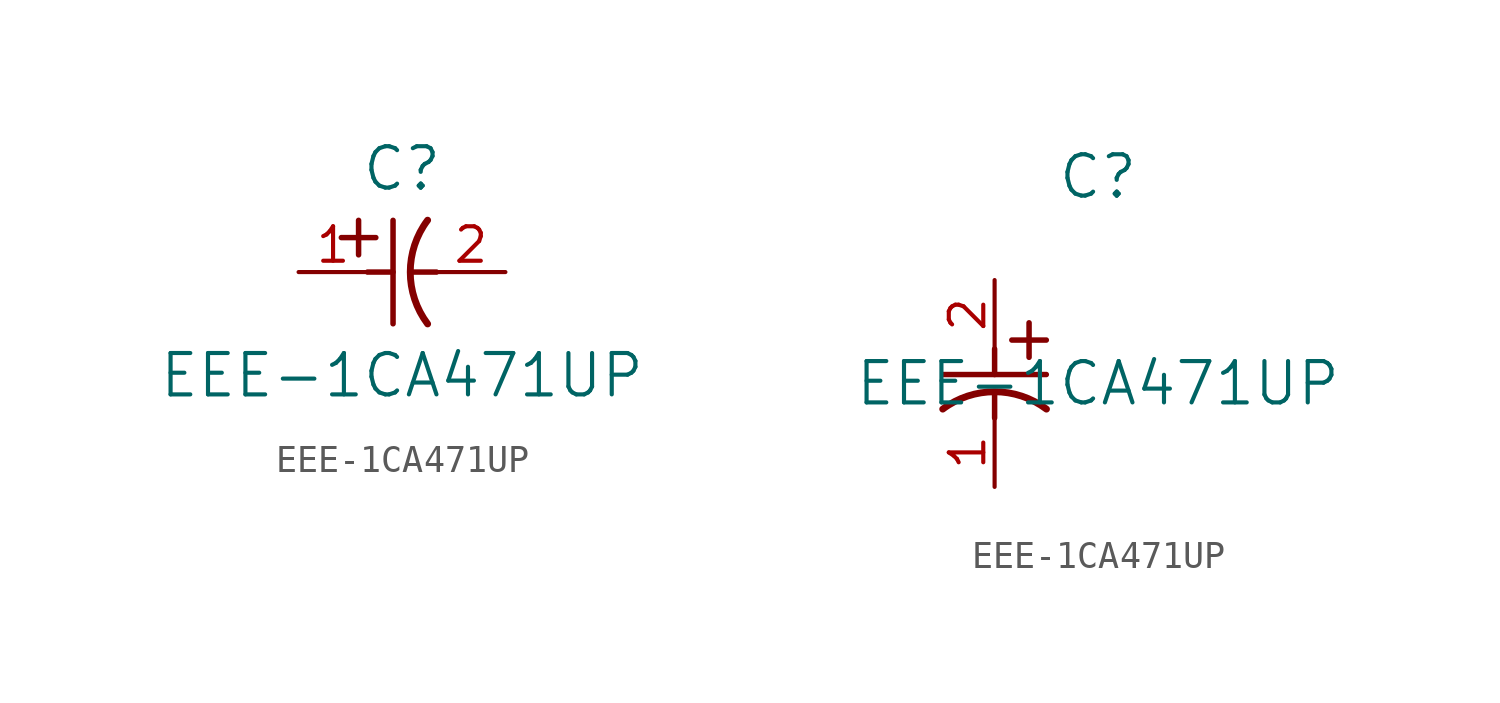
<source format=kicad_sym>
(kicad_symbol_lib
  (version 20220914)
  (generator kicad_symbol_editor)
  (symbol "EEE-1CA471UP"
    (pin_names
      (offset 0.254))
    (property "Reference" "C"
      (at 3.81 3.81 0)
      (effects (font (size 1.524 1.524))))
    (property "Value" "EEE-1CA471UP"
      (at 3.81 -3.81 0)
      (effects (font (size 1.524 1.524))))
    (property "ki_locked" ""
      (at 0 0 0)
      (effects (font (size 1.27 1.27))))
    (symbol "EEE-1CA471UP_1_1"
      (polyline (pts (xy 1.575 1.27) (xy 2.845 1.27)) (stroke (width 0.203) (type default)) (fill (type none)))
      (polyline (pts (xy 2.21 0.635) (xy 2.21 1.905)) (stroke (width 0.203) (type default)) (fill (type none)))
      (polyline (pts (xy 2.54 0) (xy 3.48 0)) (stroke (width 0.203) (type default)) (fill (type none)))
      (polyline (pts (xy 3.48 -1.905) (xy 3.48 1.905)) (stroke (width 0.203) (type default)) (fill (type none)))
      (polyline (pts (xy 4.115 0) (xy 5.08 0)) (stroke (width 0.203) (type default)) (fill (type none)))
      (arc (start 4.7541 1.9108) (mid 4.1148 0) (end 4.7541 -1.9108) (stroke (width 0.254) (type default)) (fill (type none)))
      (pin unspecified line (at 0 0 0) (length 2.54) (name "" (effects (font (size 1.27 1.27)))) (number "1" (effects (font (size 1.27 1.27)))))
      (pin unspecified line (at 7.62 0 180) (length 2.54) (name "" (effects (font (size 1.27 1.27)))) (number "2" (effects (font (size 1.27 1.27))))))
    (symbol "EEE-1CA471UP_1_2"
      (polyline (pts (xy -1.905 -3.48) (xy 1.905 -3.48)) (stroke (width 0.203) (type default)) (fill (type none)))
      (polyline (pts (xy 0 -4.115) (xy 0 -5.08)) (stroke (width 0.203) (type default)) (fill (type none)))
      (polyline (pts (xy 0 -2.54) (xy 0 -3.48)) (stroke (width 0.203) (type default)) (fill (type none)))
      (polyline (pts (xy 0.635 -2.21) (xy 1.905 -2.21)) (stroke (width 0.203) (type default)) (fill (type none)))
      (polyline (pts (xy 1.27 -1.575) (xy 1.27 -2.845)) (stroke (width 0.203) (type default)) (fill (type none)))
      (arc (start 1.9108 -4.7541) (mid 0 -4.1148) (end -1.9108 -4.7541) (stroke (width 0.254) (type default)) (fill (type none)))
      (pin unspecified line (at 0 -7.62 90) (length 2.54) (name "" (effects (font (size 1.27 1.27)))) (number "1" (effects (font (size 1.27 1.27)))))
      (pin unspecified line (at 0 0 270) (length 2.54) (name "" (effects (font (size 1.27 1.27)))) (number "2" (effects (font (size 1.27 1.27))))))))
</source>
